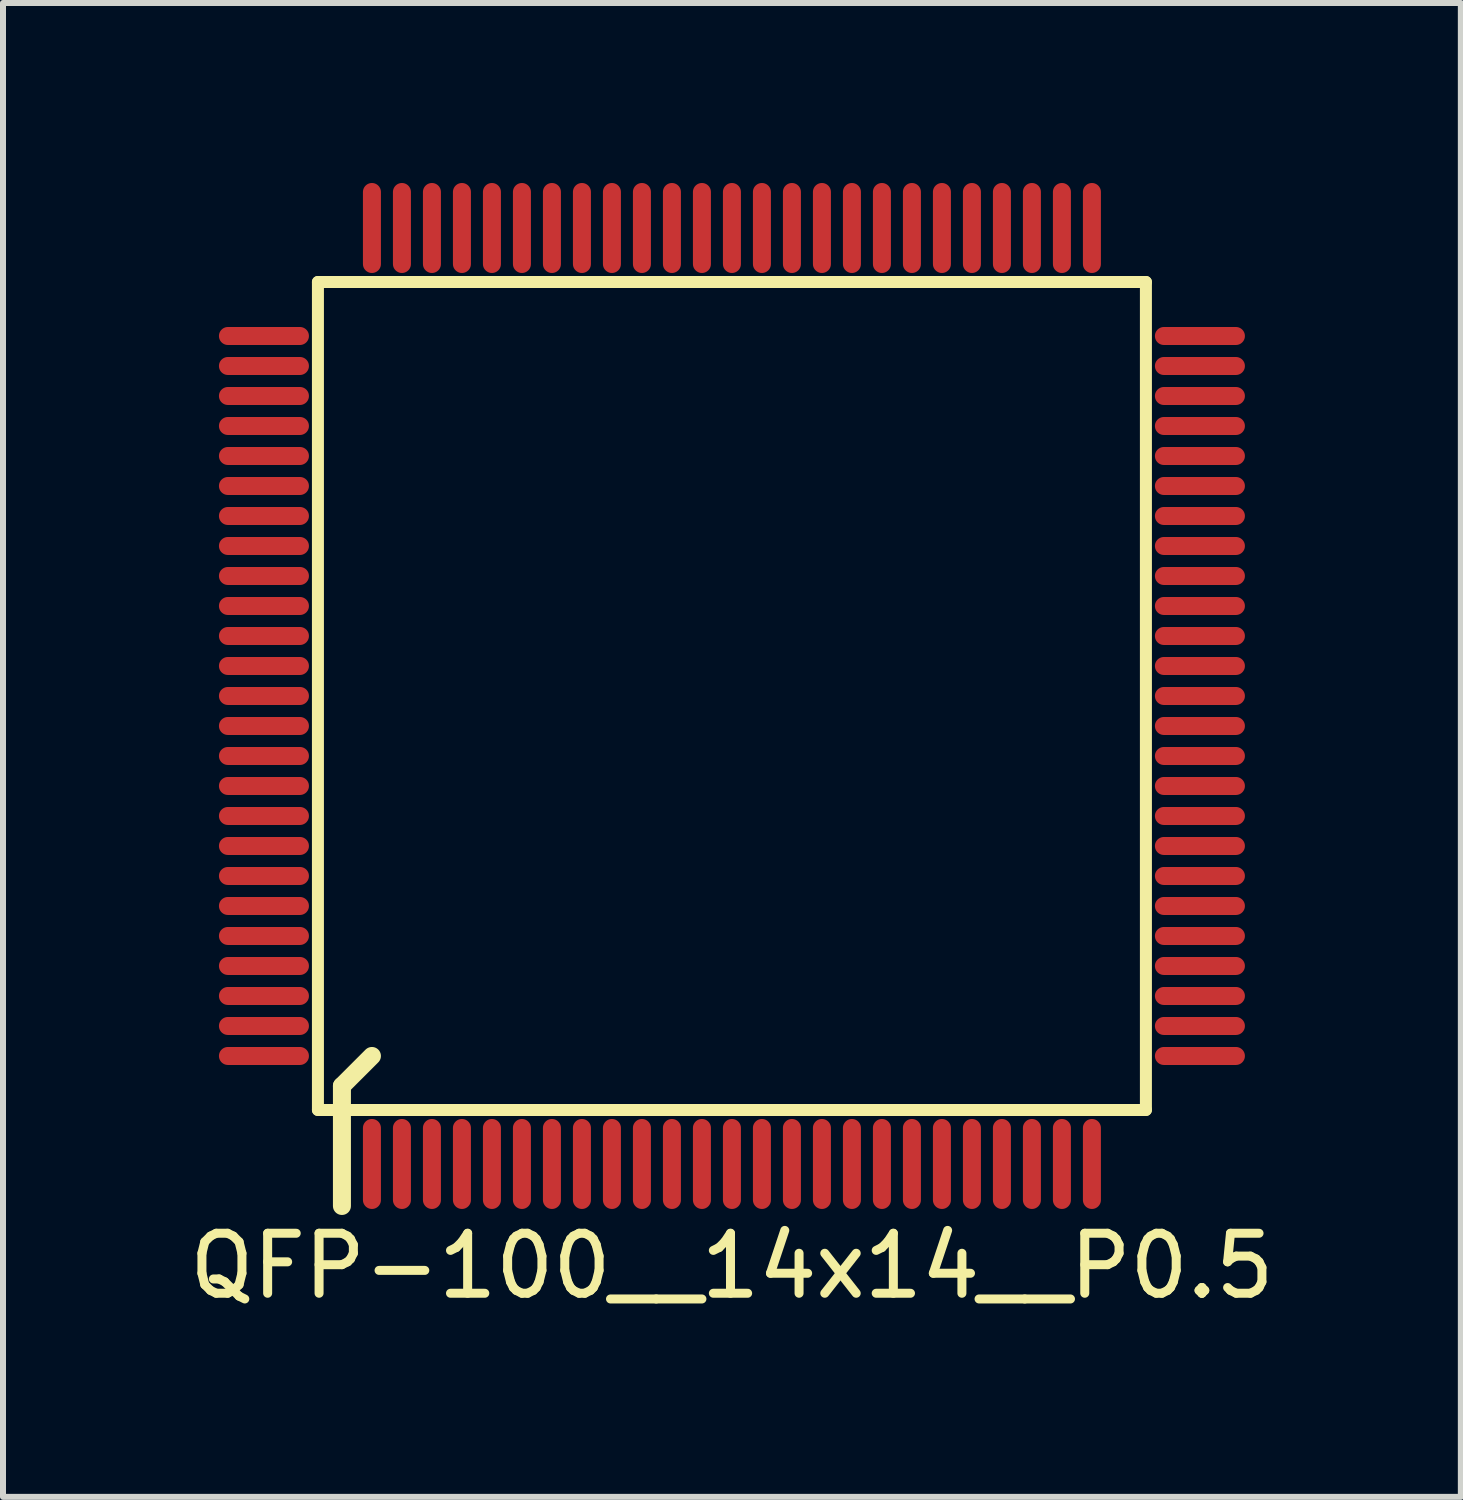
<source format=kicad_pcb>
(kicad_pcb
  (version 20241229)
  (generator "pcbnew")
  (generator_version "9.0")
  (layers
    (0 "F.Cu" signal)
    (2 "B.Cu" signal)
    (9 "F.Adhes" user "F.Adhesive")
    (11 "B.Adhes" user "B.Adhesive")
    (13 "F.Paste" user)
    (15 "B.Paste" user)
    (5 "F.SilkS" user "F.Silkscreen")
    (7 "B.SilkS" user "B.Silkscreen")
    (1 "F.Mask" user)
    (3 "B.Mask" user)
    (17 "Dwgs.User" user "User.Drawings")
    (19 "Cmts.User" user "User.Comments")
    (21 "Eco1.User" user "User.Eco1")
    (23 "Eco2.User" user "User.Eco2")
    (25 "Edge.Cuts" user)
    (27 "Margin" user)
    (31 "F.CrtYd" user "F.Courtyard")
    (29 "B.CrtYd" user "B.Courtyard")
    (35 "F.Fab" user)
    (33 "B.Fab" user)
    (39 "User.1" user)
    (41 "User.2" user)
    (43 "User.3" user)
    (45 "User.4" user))
  (footprint "QFP-100__14x14__P0.5"
    (layer "F.Cu")
    (at 9.149 8.55)
    (property "Reference" "QFP-100__14x14__P0.5" (at 0 9.5 0) (layer "F.SilkS") (effects (font (size 1 1) (thickness 0.15))))
    (attr smd)
    (fp_line (start -6.9 -6.9) (end -6.9 6.9) (stroke (width 0.2) (type solid)) (layer "F.SilkS"))
    (fp_line (start -6.9 6.9) (end 6.9 6.9) (stroke (width 0.2) (type solid)) (layer "F.SilkS"))
    (fp_line (start -6.5 6.5) (end -6 6) (stroke (width 0.3) (type solid)) (layer "F.SilkS"))
    (fp_line (start -6.5 8.5) (end -6.5 6.5) (stroke (width 0.3) (type solid)) (layer "F.SilkS"))
    (fp_line (start 6.9 -6.9) (end -6.9 -6.9) (stroke (width 0.2) (type solid)) (layer "F.SilkS"))
    (fp_line (start 6.9 6.9) (end 6.9 -6.9) (stroke (width 0.2) (type solid)) (layer "F.SilkS"))
    (pad "1" smd oval (at -6 7.8 90) (size 1.5 0.3) (layers "F.Cu" "F.Mask" "F.Paste"))
    (pad "2" smd oval (at -5.5 7.8 90) (size 1.5 0.3) (layers "F.Cu" "F.Mask" "F.Paste"))
    (pad "3" smd oval (at -5 7.8 90) (size 1.5 0.3) (layers "F.Cu" "F.Mask" "F.Paste"))
    (pad "4" smd oval (at -4.5 7.8 90) (size 1.5 0.3) (layers "F.Cu" "F.Mask" "F.Paste"))
    (pad "5" smd oval (at -4 7.8 90) (size 1.5 0.3) (layers "F.Cu" "F.Mask" "F.Paste"))
    (pad "6" smd oval (at -3.5 7.8 90) (size 1.5 0.3) (layers "F.Cu" "F.Mask" "F.Paste"))
    (pad "7" smd oval (at -3 7.8 90) (size 1.5 0.3) (layers "F.Cu" "F.Mask" "F.Paste"))
    (pad "8" smd oval (at -2.5 7.8 90) (size 1.5 0.3) (layers "F.Cu" "F.Mask" "F.Paste"))
    (pad "9" smd oval (at -2 7.8 90) (size 1.5 0.3) (layers "F.Cu" "F.Mask" "F.Paste"))
    (pad "10" smd oval (at -1.5 7.8 90) (size 1.5 0.3) (layers "F.Cu" "F.Mask" "F.Paste"))
    (pad "11" smd oval (at -1 7.8 90) (size 1.5 0.3) (layers "F.Cu" "F.Mask" "F.Paste"))
    (pad "12" smd oval (at -0.5 7.8 90) (size 1.5 0.3) (layers "F.Cu" "F.Mask" "F.Paste"))
    (pad "13" smd oval (at 0 7.8 90) (size 1.5 0.3) (layers "F.Cu" "F.Mask" "F.Paste"))
    (pad "14" smd oval (at 0.5 7.8 90) (size 1.5 0.3) (layers "F.Cu" "F.Mask" "F.Paste"))
    (pad "15" smd oval (at 1 7.8 90) (size 1.5 0.3) (layers "F.Cu" "F.Mask" "F.Paste"))
    (pad "16" smd oval (at 1.5 7.8 90) (size 1.5 0.3) (layers "F.Cu" "F.Mask" "F.Paste"))
    (pad "17" smd oval (at 2 7.8 90) (size 1.5 0.3) (layers "F.Cu" "F.Mask" "F.Paste"))
    (pad "18" smd oval (at 2.5 7.8 90) (size 1.5 0.3) (layers "F.Cu" "F.Mask" "F.Paste"))
    (pad "19" smd oval (at 3 7.8 90) (size 1.5 0.3) (layers "F.Cu" "F.Mask" "F.Paste"))
    (pad "20" smd oval (at 3.5 7.8 90) (size 1.5 0.3) (layers "F.Cu" "F.Mask" "F.Paste"))
    (pad "21" smd oval (at 4 7.8 90) (size 1.5 0.3) (layers "F.Cu" "F.Mask" "F.Paste"))
    (pad "22" smd oval (at 4.5 7.8 90) (size 1.5 0.3) (layers "F.Cu" "F.Mask" "F.Paste"))
    (pad "23" smd oval (at 5 7.8 90) (size 1.5 0.3) (layers "F.Cu" "F.Mask" "F.Paste"))
    (pad "24" smd oval (at 5.5 7.8 90) (size 1.5 0.3) (layers "F.Cu" "F.Mask" "F.Paste"))
    (pad "25" smd oval (at 6 7.8 90) (size 1.5 0.3) (layers "F.Cu" "F.Mask" "F.Paste"))
    (pad "26" smd oval (at 7.8 6) (size 1.5 0.3) (layers "F.Cu" "F.Mask" "F.Paste"))
    (pad "27" smd oval (at 7.8 5.5) (size 1.5 0.3) (layers "F.Cu" "F.Mask" "F.Paste"))
    (pad "28" smd oval (at 7.8 5) (size 1.5 0.3) (layers "F.Cu" "F.Mask" "F.Paste"))
    (pad "29" smd oval (at 7.8 4.5) (size 1.5 0.3) (layers "F.Cu" "F.Mask" "F.Paste"))
    (pad "30" smd oval (at 7.8 4) (size 1.5 0.3) (layers "F.Cu" "F.Mask" "F.Paste"))
    (pad "31" smd oval (at 7.8 3.5) (size 1.5 0.3) (layers "F.Cu" "F.Mask" "F.Paste"))
    (pad "32" smd oval (at 7.8 3) (size 1.5 0.3) (layers "F.Cu" "F.Mask" "F.Paste"))
    (pad "33" smd oval (at 7.8 2.5) (size 1.5 0.3) (layers "F.Cu" "F.Mask" "F.Paste"))
    (pad "34" smd oval (at 7.8 2) (size 1.5 0.3) (layers "F.Cu" "F.Mask" "F.Paste"))
    (pad "35" smd oval (at 7.8 1.5) (size 1.5 0.3) (layers "F.Cu" "F.Mask" "F.Paste"))
    (pad "36" smd oval (at 7.8 1) (size 1.5 0.3) (layers "F.Cu" "F.Mask" "F.Paste"))
    (pad "37" smd oval (at 7.8 0.5) (size 1.5 0.3) (layers "F.Cu" "F.Mask" "F.Paste"))
    (pad "38" smd oval (at 7.8 0) (size 1.5 0.3) (layers "F.Cu" "F.Mask" "F.Paste"))
    (pad "39" smd oval (at 7.8 -0.5) (size 1.5 0.3) (layers "F.Cu" "F.Mask" "F.Paste"))
    (pad "40" smd oval (at 7.8 -1) (size 1.5 0.3) (layers "F.Cu" "F.Mask" "F.Paste"))
    (pad "41" smd oval (at 7.8 -1.5) (size 1.5 0.3) (layers "F.Cu" "F.Mask" "F.Paste"))
    (pad "42" smd oval (at 7.8 -2) (size 1.5 0.3) (layers "F.Cu" "F.Mask" "F.Paste"))
    (pad "43" smd oval (at 7.8 -2.5) (size 1.5 0.3) (layers "F.Cu" "F.Mask" "F.Paste"))
    (pad "44" smd oval (at 7.8 -3) (size 1.5 0.3) (layers "F.Cu" "F.Mask" "F.Paste"))
    (pad "45" smd oval (at 7.8 -3.5) (size 1.5 0.3) (layers "F.Cu" "F.Mask" "F.Paste"))
    (pad "46" smd oval (at 7.8 -4) (size 1.5 0.3) (layers "F.Cu" "F.Mask" "F.Paste"))
    (pad "47" smd oval (at 7.8 -4.5) (size 1.5 0.3) (layers "F.Cu" "F.Mask" "F.Paste"))
    (pad "48" smd oval (at 7.8 -5) (size 1.5 0.3) (layers "F.Cu" "F.Mask" "F.Paste"))
    (pad "49" smd oval (at 7.8 -5.5) (size 1.5 0.3) (layers "F.Cu" "F.Mask" "F.Paste"))
    (pad "50" smd oval (at 7.8 -6) (size 1.5 0.3) (layers "F.Cu" "F.Mask" "F.Paste"))
    (pad "51" smd oval (at 6 -7.8 90) (size 1.5 0.3) (layers "F.Cu" "F.Mask" "F.Paste"))
    (pad "52" smd oval (at 5.5 -7.8 90) (size 1.5 0.3) (layers "F.Cu" "F.Mask" "F.Paste"))
    (pad "53" smd oval (at 5 -7.8 90) (size 1.5 0.3) (layers "F.Cu" "F.Mask" "F.Paste"))
    (pad "54" smd oval (at 4.5 -7.8 90) (size 1.5 0.3) (layers "F.Cu" "F.Mask" "F.Paste"))
    (pad "55" smd oval (at 4 -7.8 90) (size 1.5 0.3) (layers "F.Cu" "F.Mask" "F.Paste"))
    (pad "56" smd oval (at 3.5 -7.8 90) (size 1.5 0.3) (layers "F.Cu" "F.Mask" "F.Paste"))
    (pad "57" smd oval (at 3 -7.8 90) (size 1.5 0.3) (layers "F.Cu" "F.Mask" "F.Paste"))
    (pad "58" smd oval (at 2.5 -7.8 90) (size 1.5 0.3) (layers "F.Cu" "F.Mask" "F.Paste"))
    (pad "59" smd oval (at 2 -7.8 90) (size 1.5 0.3) (layers "F.Cu" "F.Mask" "F.Paste"))
    (pad "60" smd oval (at 1.5 -7.8 90) (size 1.5 0.3) (layers "F.Cu" "F.Mask" "F.Paste"))
    (pad "61" smd oval (at 1 -7.8 90) (size 1.5 0.3) (layers "F.Cu" "F.Mask" "F.Paste"))
    (pad "62" smd oval (at 0.5 -7.8 90) (size 1.5 0.3) (layers "F.Cu" "F.Mask" "F.Paste"))
    (pad "63" smd oval (at 0 -7.8 90) (size 1.5 0.3) (layers "F.Cu" "F.Mask" "F.Paste"))
    (pad "64" smd oval (at -0.5 -7.8 90) (size 1.5 0.3) (layers "F.Cu" "F.Mask" "F.Paste"))
    (pad "65" smd oval (at -1 -7.8 90) (size 1.5 0.3) (layers "F.Cu" "F.Mask" "F.Paste"))
    (pad "66" smd oval (at -1.5 -7.8 90) (size 1.5 0.3) (layers "F.Cu" "F.Mask" "F.Paste"))
    (pad "67" smd oval (at -2 -7.8 90) (size 1.5 0.3) (layers "F.Cu" "F.Mask" "F.Paste"))
    (pad "68" smd oval (at -2.5 -7.8 90) (size 1.5 0.3) (layers "F.Cu" "F.Mask" "F.Paste"))
    (pad "69" smd oval (at -3 -7.8 90) (size 1.5 0.3) (layers "F.Cu" "F.Mask" "F.Paste"))
    (pad "70" smd oval (at -3.5 -7.8 90) (size 1.5 0.3) (layers "F.Cu" "F.Mask" "F.Paste"))
    (pad "71" smd oval (at -4 -7.8 90) (size 1.5 0.3) (layers "F.Cu" "F.Mask" "F.Paste"))
    (pad "72" smd oval (at -4.5 -7.8 90) (size 1.5 0.3) (layers "F.Cu" "F.Mask" "F.Paste"))
    (pad "73" smd oval (at -5 -7.8 90) (size 1.5 0.3) (layers "F.Cu" "F.Mask" "F.Paste"))
    (pad "74" smd oval (at -5.5 -7.8 90) (size 1.5 0.3) (layers "F.Cu" "F.Mask" "F.Paste"))
    (pad "75" smd oval (at -6 -7.8 90) (size 1.5 0.3) (layers "F.Cu" "F.Mask" "F.Paste"))
    (pad "76" smd oval (at -7.8 -6) (size 1.5 0.3) (layers "F.Cu" "F.Mask" "F.Paste"))
    (pad "77" smd oval (at -7.8 -5.5) (size 1.5 0.3) (layers "F.Cu" "F.Mask" "F.Paste"))
    (pad "78" smd oval (at -7.8 -5) (size 1.5 0.3) (layers "F.Cu" "F.Mask" "F.Paste"))
    (pad "79" smd oval (at -7.8 -4.5) (size 1.5 0.3) (layers "F.Cu" "F.Mask" "F.Paste"))
    (pad "80" smd oval (at -7.8 -4) (size 1.5 0.3) (layers "F.Cu" "F.Mask" "F.Paste"))
    (pad "81" smd oval (at -7.8 -3.5) (size 1.5 0.3) (layers "F.Cu" "F.Mask" "F.Paste"))
    (pad "82" smd oval (at -7.8 -3) (size 1.5 0.3) (layers "F.Cu" "F.Mask" "F.Paste"))
    (pad "83" smd oval (at -7.8 -2.5) (size 1.5 0.3) (layers "F.Cu" "F.Mask" "F.Paste"))
    (pad "84" smd oval (at -7.8 -2) (size 1.5 0.3) (layers "F.Cu" "F.Mask" "F.Paste"))
    (pad "85" smd oval (at -7.8 -1.5) (size 1.5 0.3) (layers "F.Cu" "F.Mask" "F.Paste"))
    (pad "86" smd oval (at -7.8 -1) (size 1.5 0.3) (layers "F.Cu" "F.Mask" "F.Paste"))
    (pad "87" smd oval (at -7.8 -0.5) (size 1.5 0.3) (layers "F.Cu" "F.Mask" "F.Paste"))
    (pad "88" smd oval (at -7.8 0) (size 1.5 0.3) (layers "F.Cu" "F.Mask" "F.Paste"))
    (pad "89" smd oval (at -7.8 0.5) (size 1.5 0.3) (layers "F.Cu" "F.Mask" "F.Paste"))
    (pad "90" smd oval (at -7.8 1) (size 1.5 0.3) (layers "F.Cu" "F.Mask" "F.Paste"))
    (pad "91" smd oval (at -7.8 1.5) (size 1.5 0.3) (layers "F.Cu" "F.Mask" "F.Paste"))
    (pad "92" smd oval (at -7.8 2) (size 1.5 0.3) (layers "F.Cu" "F.Mask" "F.Paste"))
    (pad "93" smd oval (at -7.8 2.5) (size 1.5 0.3) (layers "F.Cu" "F.Mask" "F.Paste"))
    (pad "94" smd oval (at -7.8 3) (size 1.5 0.3) (layers "F.Cu" "F.Mask" "F.Paste"))
    (pad "95" smd oval (at -7.8 3.5) (size 1.5 0.3) (layers "F.Cu" "F.Mask" "F.Paste"))
    (pad "96" smd oval (at -7.8 4) (size 1.5 0.3) (layers "F.Cu" "F.Mask" "F.Paste"))
    (pad "97" smd oval (at -7.8 4.5) (size 1.5 0.3) (layers "F.Cu" "F.Mask" "F.Paste"))
    (pad "98" smd oval (at -7.8 5) (size 1.5 0.3) (layers "F.Cu" "F.Mask" "F.Paste"))
    (pad "99" smd oval (at -7.8 5.5) (size 1.5 0.3) (layers "F.Cu" "F.Mask" "F.Paste"))
    (pad "100" smd oval (at -7.8 6) (size 1.5 0.3) (layers "F.Cu" "F.Mask" "F.Paste")))
  (gr_rect
    (start -3 -3)
    (end 21.298 21.898)
    (stroke (width 0.1) (type default))
    (fill no)
    (layer "Edge.Cuts")))
</source>
